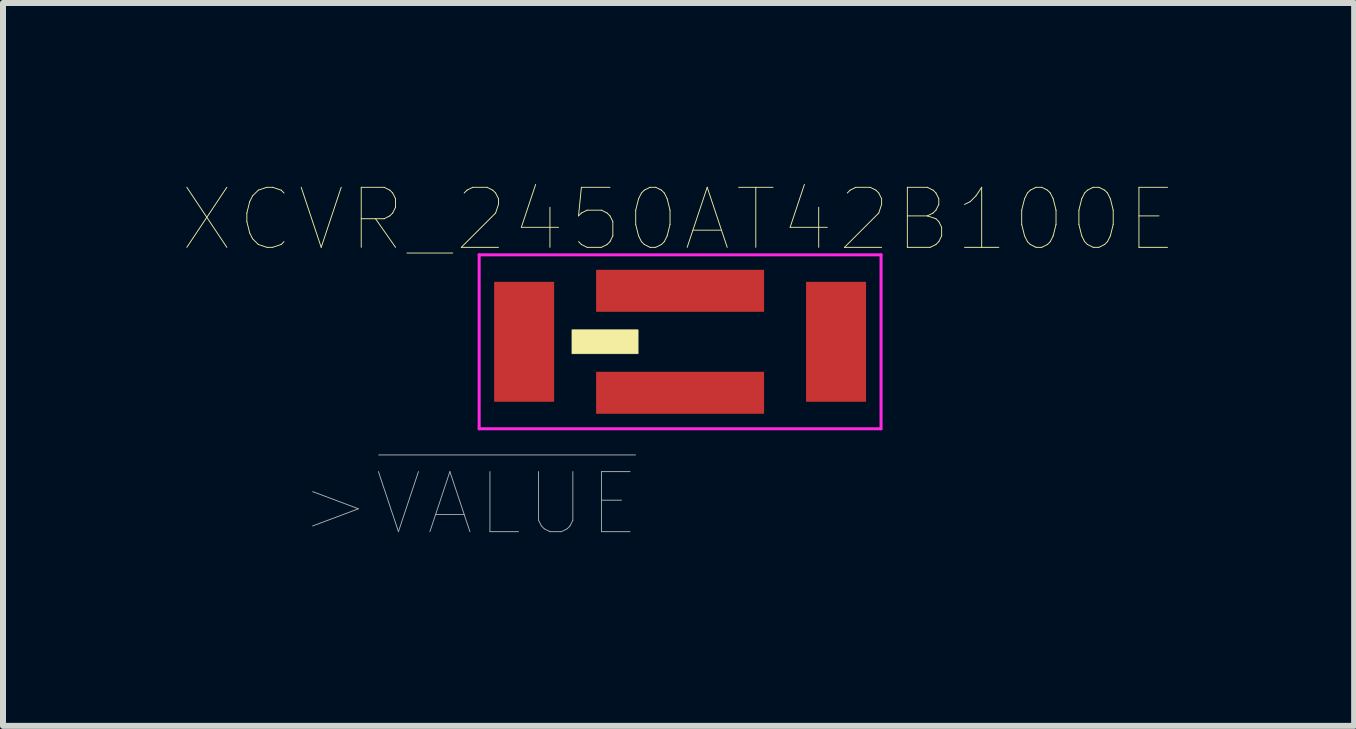
<source format=kicad_pcb>
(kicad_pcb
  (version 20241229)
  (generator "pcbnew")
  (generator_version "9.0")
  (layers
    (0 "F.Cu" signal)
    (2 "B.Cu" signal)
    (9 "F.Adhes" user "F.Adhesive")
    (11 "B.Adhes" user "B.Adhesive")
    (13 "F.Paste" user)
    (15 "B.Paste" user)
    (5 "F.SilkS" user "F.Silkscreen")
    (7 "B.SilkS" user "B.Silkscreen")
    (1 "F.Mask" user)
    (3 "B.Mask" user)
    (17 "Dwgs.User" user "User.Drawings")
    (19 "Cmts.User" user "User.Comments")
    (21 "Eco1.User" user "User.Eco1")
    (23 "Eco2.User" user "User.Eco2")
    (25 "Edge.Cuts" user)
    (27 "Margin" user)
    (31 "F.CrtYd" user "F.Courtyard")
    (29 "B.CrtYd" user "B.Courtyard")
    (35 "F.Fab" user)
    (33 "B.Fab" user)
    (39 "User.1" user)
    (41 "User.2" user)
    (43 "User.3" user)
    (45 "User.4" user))
  (footprint "XCVR_2450AT42B100E"
    (layer "F.Cu")
    (at 8.288 2.648)
    (property "Reference" "XCVR_2450AT42B100E" (at -0.025 -2.037 0) (layer "F.SilkS") (effects (font (size 1.001 1.001) (thickness 0.015))))
    (attr through_hole)
    (fp_poly (pts (xy -1.803 -0.2) (xy -0.7 -0.2) (xy -0.7 0.2) (xy -1.803 0.2)) (stroke (width 0.01) (type solid)) (fill yes) (layer "F.SilkS"))
    (fp_line (start -3.35 -1.45) (end 3.35 -1.45) (stroke (width 0.05) (type solid)) (layer "F.CrtYd"))
    (fp_line (start -3.35 1.45) (end -3.35 -1.45) (stroke (width 0.05) (type solid)) (layer "F.CrtYd"))
    (fp_line (start 3.35 -1.45) (end 3.35 1.45) (stroke (width 0.05) (type solid)) (layer "F.CrtYd"))
    (fp_line (start 3.35 1.45) (end -3.35 1.45) (stroke (width 0.05) (type solid)) (layer "F.CrtYd"))
    (fp_text user ">~{VALUE}" (at -3.504 2.703 0) (layer "F.Fab") (effects (font (size 1.001 1.001) (thickness 0.015))))
    (pad "1" smd rect (at -2.6 0) (size 1 2) (layers "F.Cu" "F.Mask" "F.Paste"))
    (pad "2" smd rect (at 2.6 0) (size 1 2) (layers "F.Cu" "F.Mask" "F.Paste"))
    (pad "3" smd rect (at 0 0.85) (size 2.8 0.7) (layers "F.Cu" "F.Mask" "F.Paste"))
    (pad "4" smd rect (at 0 -0.85) (size 2.8 0.7) (layers "F.Cu" "F.Mask" "F.Paste")))
  (gr_rect
    (start -3 -3)
    (end 19.525 9.051)
    (stroke (width 0.1) (type default))
    (fill no)
    (layer "Edge.Cuts")))
</source>
